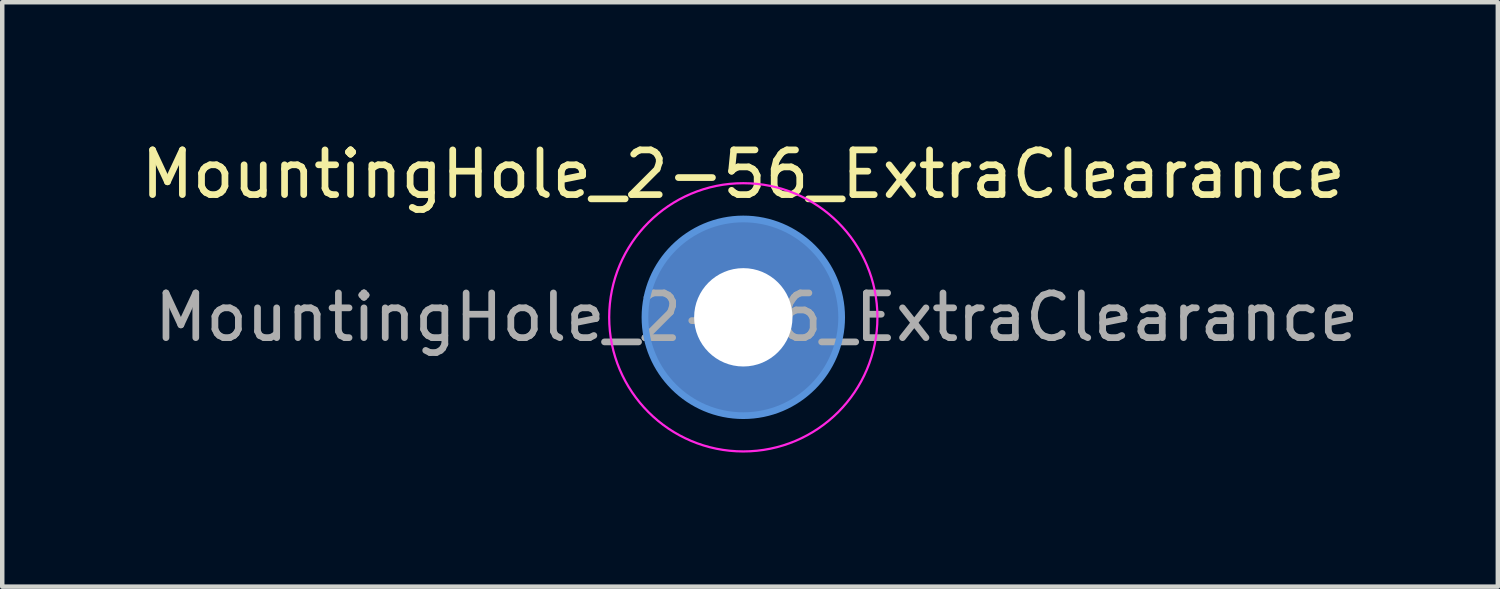
<source format=kicad_pcb>
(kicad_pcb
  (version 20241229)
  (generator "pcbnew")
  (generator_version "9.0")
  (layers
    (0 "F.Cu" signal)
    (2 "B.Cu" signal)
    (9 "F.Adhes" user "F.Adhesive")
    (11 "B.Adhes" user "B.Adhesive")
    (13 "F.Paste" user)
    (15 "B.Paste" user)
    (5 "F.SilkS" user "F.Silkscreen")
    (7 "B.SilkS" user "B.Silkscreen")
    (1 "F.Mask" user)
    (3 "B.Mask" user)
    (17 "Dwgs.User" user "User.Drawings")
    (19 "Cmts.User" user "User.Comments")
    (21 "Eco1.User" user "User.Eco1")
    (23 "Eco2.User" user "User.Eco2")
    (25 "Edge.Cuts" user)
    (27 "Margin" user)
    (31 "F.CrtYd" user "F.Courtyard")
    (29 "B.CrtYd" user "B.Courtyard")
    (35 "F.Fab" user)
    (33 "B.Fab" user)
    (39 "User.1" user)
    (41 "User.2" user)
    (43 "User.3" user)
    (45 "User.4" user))
  (footprint "MountingHole_2-56_ExtraClearance"
    (layer "F.Cu")
    (at 13.577 4.048)
    (property "Reference" "MountingHole_2-56_ExtraClearance" (at 0 -3.2 0) (layer "F.SilkS") (effects (font (size 1 1) (thickness 0.15))))
    (attr exclude_from_pos_files exclude_from_bom)
    (fp_circle (center 0 0) (end 2.2 0) (stroke (width 0.15) (type solid)) (fill no) (layer "Cmts.User"))
    (fp_circle (center 0 0) (end 3 0) (stroke (width 0.05) (type solid)) (fill no) (layer "F.CrtYd"))
    (fp_text user "${REFERENCE}" (at 0.3 0 0) (layer "F.Fab") (effects (font (size 1 1) (thickness 0.15))))
    (pad "1" thru_hole circle (at 0 0) (size 4.4 4.4) (drill 2.2) (layers "*.Cu" "*.Mask")))
  (gr_rect
    (start -3 -3)
    (end 30.455 10.073)
    (stroke (width 0.1) (type default))
    (fill no)
    (layer "Edge.Cuts")))
</source>
